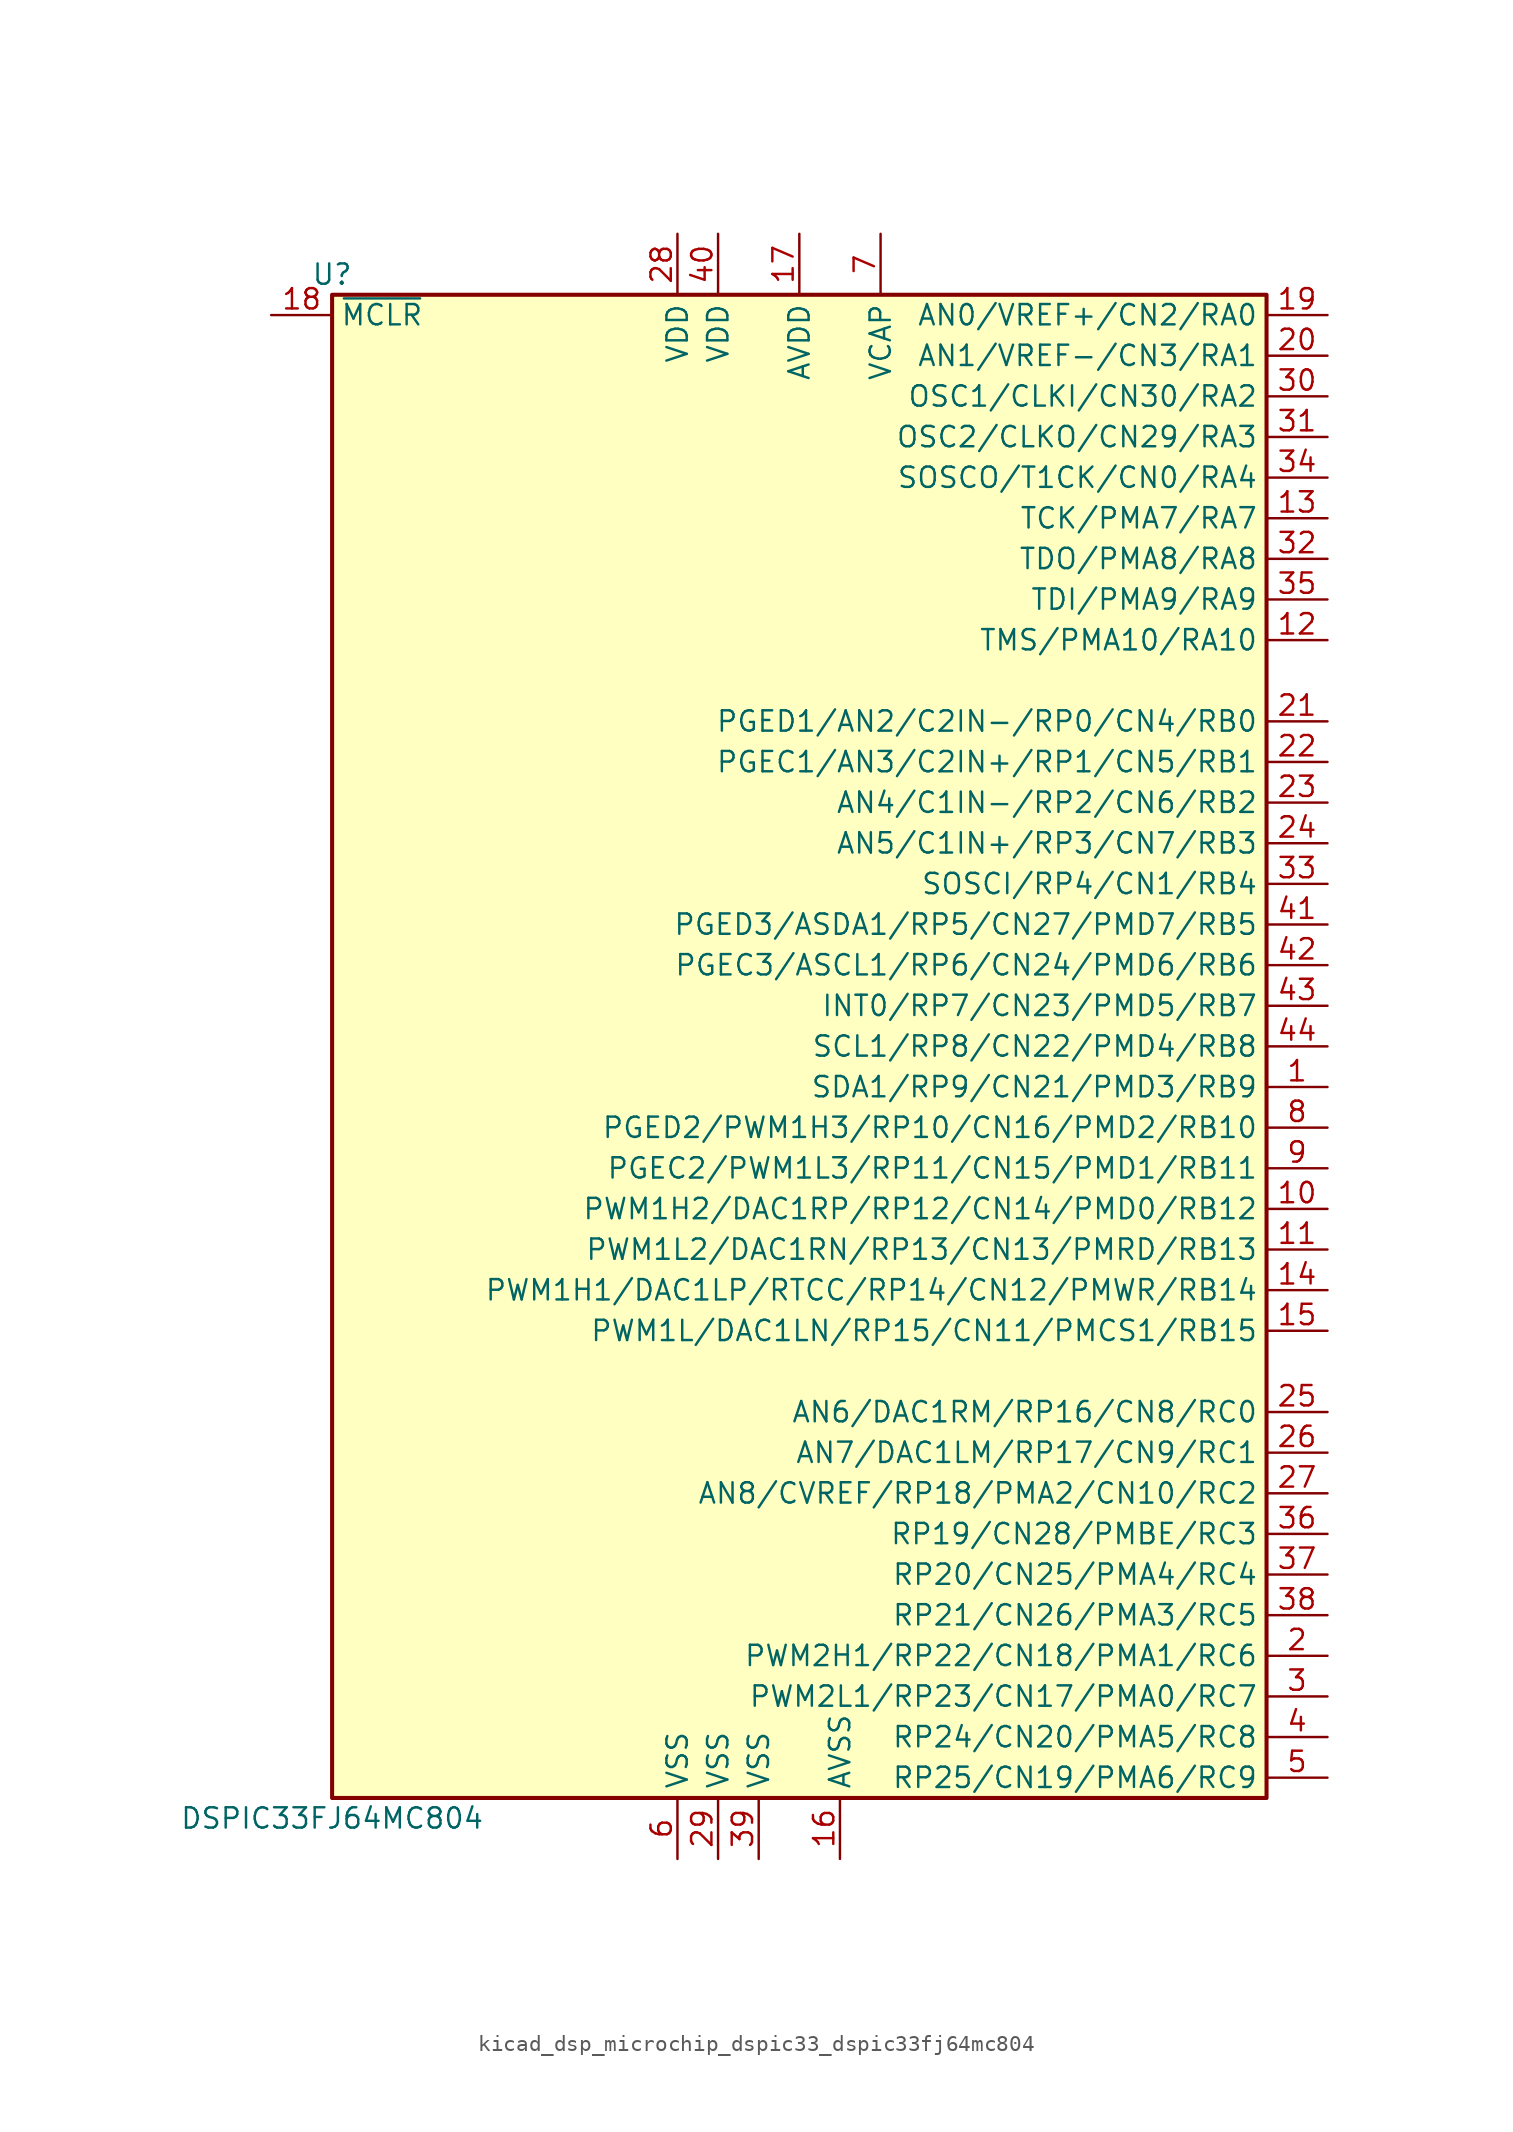
<source format=kicad_sym>
(kicad_symbol_lib
  (version 20220914)
  (generator kicad_symbol_editor)
  (symbol "kicad_dsp_microchip_dspic33_dspic33fj64mc804"
    (property "Reference" "U"
      (at -29.21 48.26 0)
      (effects (font (size 1.27 1.27))))
    (property "Value" "DSPIC33FJ64MC804"
      (at -29.21 -48.26 0)
      (effects (font (size 1.27 1.27))))
    (symbol "kicad_dsp_microchip_dspic33_dspic33fj64mc804_1_1"
      (rectangle (start -29.21 46.99) (end 29.21 -46.99) (stroke (width 0.254) (type default)) (fill (type background)))
      (pin bidirectional line (at 33.02 -2.54 180) (length 3.81) (name "SDA1/RP9/CN21/PMD3/RB9" (effects (font (size 1.27 1.27)))) (number "1" (effects (font (size 1.27 1.27)))))
      (pin bidirectional line (at 33.02 -10.16 180) (length 3.81) (name "PWM1H2/DAC1RP/RP12/CN14/PMD0/RB12" (effects (font (size 1.27 1.27)))) (number "10" (effects (font (size 1.27 1.27)))))
      (pin bidirectional line (at 33.02 -12.7 180) (length 3.81) (name "PWM1L2/DAC1RN/RP13/CN13/PMRD/RB13" (effects (font (size 1.27 1.27)))) (number "11" (effects (font (size 1.27 1.27)))))
      (pin bidirectional line (at 33.02 25.4 180) (length 3.81) (name "TMS/PMA10/RA10" (effects (font (size 1.27 1.27)))) (number "12" (effects (font (size 1.27 1.27)))))
      (pin bidirectional line (at 33.02 33.02 180) (length 3.81) (name "TCK/PMA7/RA7" (effects (font (size 1.27 1.27)))) (number "13" (effects (font (size 1.27 1.27)))))
      (pin bidirectional line (at 33.02 -15.24 180) (length 3.81) (name "PWM1H1/DAC1LP/RTCC/RP14/CN12/PMWR/RB14" (effects (font (size 1.27 1.27)))) (number "14" (effects (font (size 1.27 1.27)))))
      (pin bidirectional line (at 33.02 -17.78 180) (length 3.81) (name "PWM1L/DAC1LN/RP15/CN11/PMCS1/RB15" (effects (font (size 1.27 1.27)))) (number "15" (effects (font (size 1.27 1.27)))))
      (pin power_in line (at 2.54 -50.8 90) (length 3.81) (name "AVSS" (effects (font (size 1.27 1.27)))) (number "16" (effects (font (size 1.27 1.27)))))
      (pin power_in line (at 0 50.8 270) (length 3.81) (name "AVDD" (effects (font (size 1.27 1.27)))) (number "17" (effects (font (size 1.27 1.27)))))
      (pin input line (at -33.02 45.72 0) (length 3.81) (name "~{MCLR}" (effects (font (size 1.27 1.27)))) (number "18" (effects (font (size 1.27 1.27)))))
      (pin bidirectional line (at 33.02 45.72 180) (length 3.81) (name "AN0/VREF+/CN2/RA0" (effects (font (size 1.27 1.27)))) (number "19" (effects (font (size 1.27 1.27)))))
      (pin bidirectional line (at 33.02 -38.1 180) (length 3.81) (name "PWM2H1/RP22/CN18/PMA1/RC6" (effects (font (size 1.27 1.27)))) (number "2" (effects (font (size 1.27 1.27)))))
      (pin bidirectional line (at 33.02 43.18 180) (length 3.81) (name "AN1/VREF-/CN3/RA1" (effects (font (size 1.27 1.27)))) (number "20" (effects (font (size 1.27 1.27)))))
      (pin bidirectional line (at 33.02 20.32 180) (length 3.81) (name "PGED1/AN2/C2IN-/RP0/CN4/RB0" (effects (font (size 1.27 1.27)))) (number "21" (effects (font (size 1.27 1.27)))))
      (pin bidirectional line (at 33.02 17.78 180) (length 3.81) (name "PGEC1/AN3/C2IN+/RP1/CN5/RB1" (effects (font (size 1.27 1.27)))) (number "22" (effects (font (size 1.27 1.27)))))
      (pin bidirectional line (at 33.02 15.24 180) (length 3.81) (name "AN4/C1IN-/RP2/CN6/RB2" (effects (font (size 1.27 1.27)))) (number "23" (effects (font (size 1.27 1.27)))))
      (pin bidirectional line (at 33.02 12.7 180) (length 3.81) (name "AN5/C1IN+/RP3/CN7/RB3" (effects (font (size 1.27 1.27)))) (number "24" (effects (font (size 1.27 1.27)))))
      (pin bidirectional line (at 33.02 -22.86 180) (length 3.81) (name "AN6/DAC1RM/RP16/CN8/RC0" (effects (font (size 1.27 1.27)))) (number "25" (effects (font (size 1.27 1.27)))))
      (pin bidirectional line (at 33.02 -25.4 180) (length 3.81) (name "AN7/DAC1LM/RP17/CN9/RC1" (effects (font (size 1.27 1.27)))) (number "26" (effects (font (size 1.27 1.27)))))
      (pin bidirectional line (at 33.02 -27.94 180) (length 3.81) (name "AN8/CVREF/RP18/PMA2/CN10/RC2" (effects (font (size 1.27 1.27)))) (number "27" (effects (font (size 1.27 1.27)))))
      (pin power_in line (at -7.62 50.8 270) (length 3.81) (name "VDD" (effects (font (size 1.27 1.27)))) (number "28" (effects (font (size 1.27 1.27)))))
      (pin power_in line (at -5.08 -50.8 90) (length 3.81) (name "VSS" (effects (font (size 1.27 1.27)))) (number "29" (effects (font (size 1.27 1.27)))))
      (pin bidirectional line (at 33.02 -40.64 180) (length 3.81) (name "PWM2L1/RP23/CN17/PMA0/RC7" (effects (font (size 1.27 1.27)))) (number "3" (effects (font (size 1.27 1.27)))))
      (pin input line (at 33.02 40.64 180) (length 3.81) (name "OSC1/CLKI/CN30/RA2" (effects (font (size 1.27 1.27)))) (number "30" (effects (font (size 1.27 1.27)))))
      (pin input line (at 33.02 38.1 180) (length 3.81) (name "OSC2/CLKO/CN29/RA3" (effects (font (size 1.27 1.27)))) (number "31" (effects (font (size 1.27 1.27)))))
      (pin input line (at 33.02 30.48 180) (length 3.81) (name "TDO/PMA8/RA8" (effects (font (size 1.27 1.27)))) (number "32" (effects (font (size 1.27 1.27)))))
      (pin input line (at 33.02 10.16 180) (length 3.81) (name "SOSCI/RP4/CN1/RB4" (effects (font (size 1.27 1.27)))) (number "33" (effects (font (size 1.27 1.27)))))
      (pin input line (at 33.02 35.56 180) (length 3.81) (name "SOSCO/T1CK/CN0/RA4" (effects (font (size 1.27 1.27)))) (number "34" (effects (font (size 1.27 1.27)))))
      (pin input line (at 33.02 27.94 180) (length 3.81) (name "TDI/PMA9/RA9" (effects (font (size 1.27 1.27)))) (number "35" (effects (font (size 1.27 1.27)))))
      (pin input line (at 33.02 -30.48 180) (length 3.81) (name "RP19/CN28/PMBE/RC3" (effects (font (size 1.27 1.27)))) (number "36" (effects (font (size 1.27 1.27)))))
      (pin input line (at 33.02 -33.02 180) (length 3.81) (name "RP20/CN25/PMA4/RC4" (effects (font (size 1.27 1.27)))) (number "37" (effects (font (size 1.27 1.27)))))
      (pin input line (at 33.02 -35.56 180) (length 3.81) (name "RP21/CN26/PMA3/RC5" (effects (font (size 1.27 1.27)))) (number "38" (effects (font (size 1.27 1.27)))))
      (pin power_in line (at -2.54 -50.8 90) (length 3.81) (name "VSS" (effects (font (size 1.27 1.27)))) (number "39" (effects (font (size 1.27 1.27)))))
      (pin bidirectional line (at 33.02 -43.18 180) (length 3.81) (name "RP24/CN20/PMA5/RC8" (effects (font (size 1.27 1.27)))) (number "4" (effects (font (size 1.27 1.27)))))
      (pin power_in line (at -5.08 50.8 270) (length 3.81) (name "VDD" (effects (font (size 1.27 1.27)))) (number "40" (effects (font (size 1.27 1.27)))))
      (pin input line (at 33.02 7.62 180) (length 3.81) (name "PGED3/ASDA1/RP5/CN27/PMD7/RB5" (effects (font (size 1.27 1.27)))) (number "41" (effects (font (size 1.27 1.27)))))
      (pin input line (at 33.02 5.08 180) (length 3.81) (name "PGEC3/ASCL1/RP6/CN24/PMD6/RB6" (effects (font (size 1.27 1.27)))) (number "42" (effects (font (size 1.27 1.27)))))
      (pin input line (at 33.02 2.54 180) (length 3.81) (name "INT0/RP7/CN23/PMD5/RB7" (effects (font (size 1.27 1.27)))) (number "43" (effects (font (size 1.27 1.27)))))
      (pin input line (at 33.02 0 180) (length 3.81) (name "SCL1/RP8/CN22/PMD4/RB8" (effects (font (size 1.27 1.27)))) (number "44" (effects (font (size 1.27 1.27)))))
      (pin bidirectional line (at 33.02 -45.72 180) (length 3.81) (name "RP25/CN19/PMA6/RC9" (effects (font (size 1.27 1.27)))) (number "5" (effects (font (size 1.27 1.27)))))
      (pin power_in line (at -7.62 -50.8 90) (length 3.81) (name "VSS" (effects (font (size 1.27 1.27)))) (number "6" (effects (font (size 1.27 1.27)))))
      (pin power_in line (at 5.08 50.8 270) (length 3.81) (name "VCAP" (effects (font (size 1.27 1.27)))) (number "7" (effects (font (size 1.27 1.27)))))
      (pin bidirectional line (at 33.02 -5.08 180) (length 3.81) (name "PGED2/PWM1H3/RP10/CN16/PMD2/RB10" (effects (font (size 1.27 1.27)))) (number "8" (effects (font (size 1.27 1.27)))))
      (pin bidirectional line (at 33.02 -7.62 180) (length 3.81) (name "PGEC2/PWM1L3/RP11/CN15/PMD1/RB11" (effects (font (size 1.27 1.27)))) (number "9" (effects (font (size 1.27 1.27))))))))
</source>
